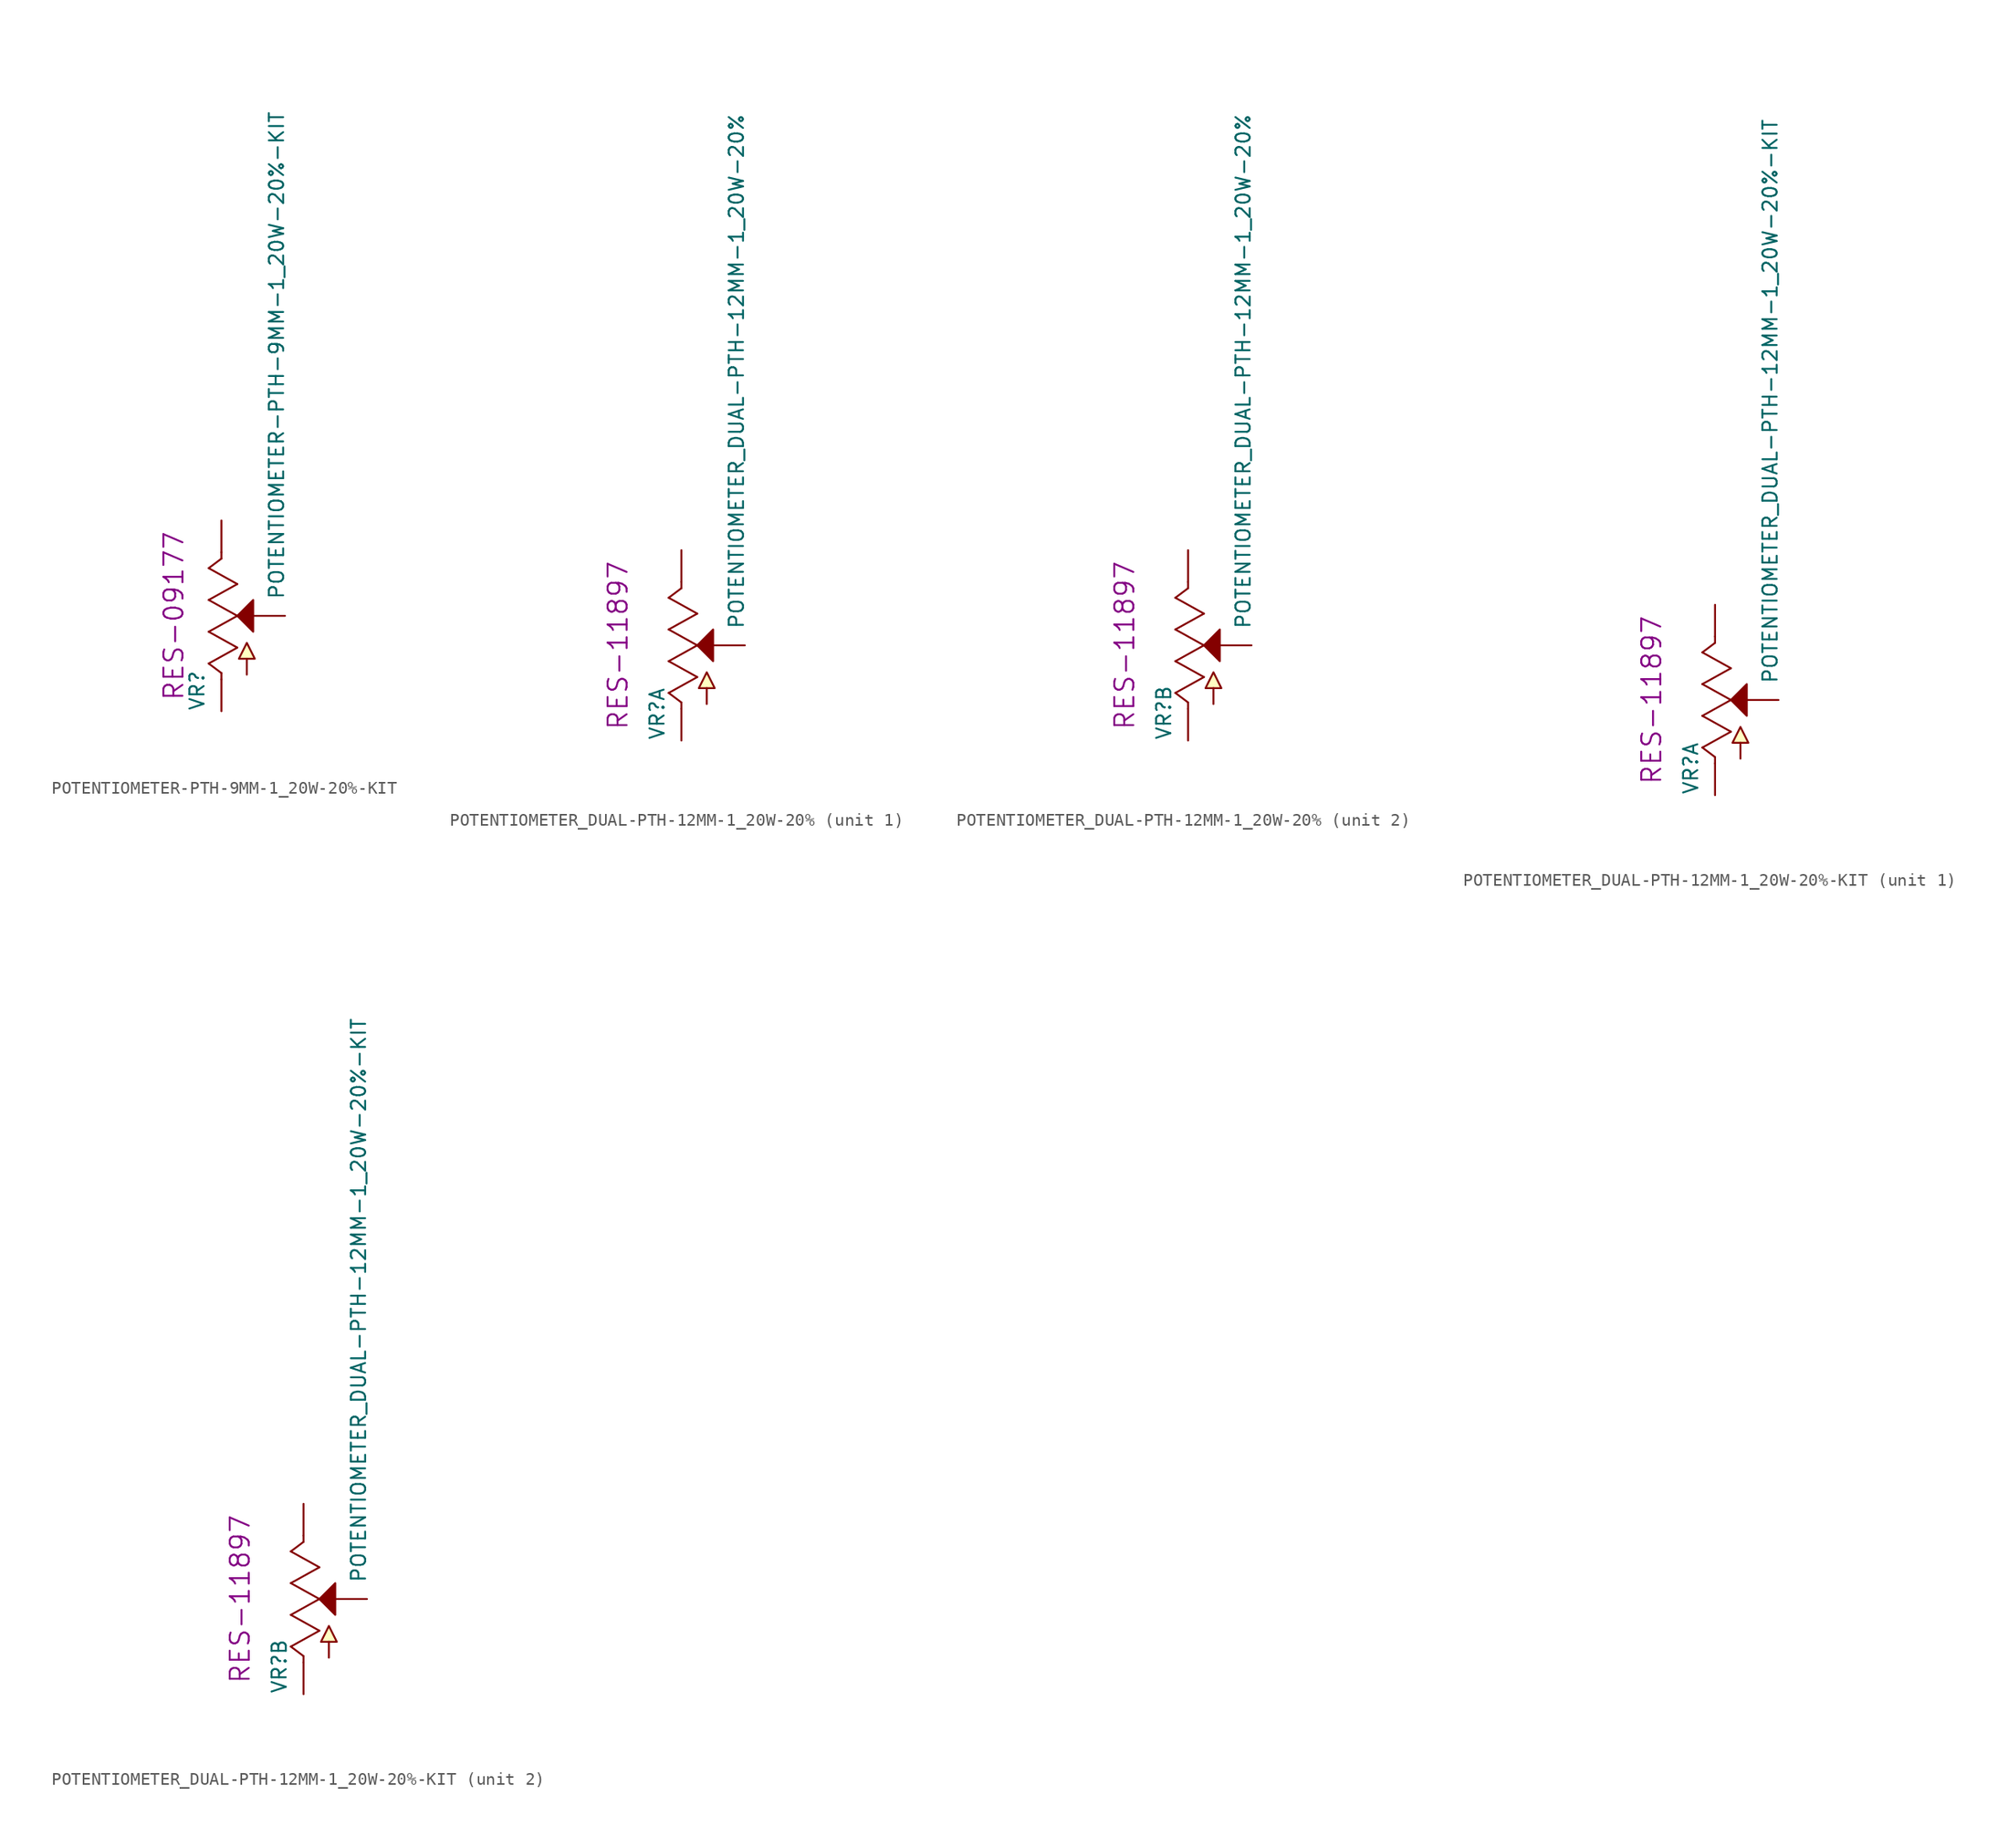
<source format=kicad_sym>
(kicad_symbol_lib
  (version 20220914)
  (generator kicad_symbol_editor)
  (symbol "POTENTIOMETER-PTH-9MM-1_20W-20%-KIT"
    (pin_numbers hide)
    (pin_names
      (offset 1.016) hide)
    (property "Reference" "VR"
      (at -1.27 -7.62 90)
      (effects (font (size 1.143 1.143)) (justify left bottom)))
    (property "Value" "POTENTIOMETER-PTH-9MM-1_20W-20%-KIT"
      (at 5.08 1.27 90)
      (effects (font (size 1.143 1.143)) (justify left bottom)))
    (property "Field4" "RES-09177"
      (at -3.81 0 90)
      (effects (font (size 1.524 1.524))))
    (property "ki_locked" ""
      (at 0 0 0)
      (effects (font (size 1.27 1.27))))
    (symbol "POTENTIOMETER-PTH-9MM-1_20W-20%-KIT_1_0"
      (polyline (pts (xy -1.016 -3.81) (xy 1.27 -2.54)) (stroke (width 0) (type solid)) (fill (type none)))
      (polyline (pts (xy -1.016 -1.27) (xy 1.27 0)) (stroke (width 0) (type solid)) (fill (type none)))
      (polyline (pts (xy -1.016 1.27) (xy 1.27 2.54)) (stroke (width 0) (type solid)) (fill (type none)))
      (polyline (pts (xy -1.016 3.81) (xy 0 4.572)) (stroke (width 0) (type solid)) (fill (type none)))
      (polyline (pts (xy 0 -5.08) (xy 0 -4.572)) (stroke (width 0) (type solid)) (fill (type none)))
      (polyline (pts (xy 0 -4.572) (xy -1.016 -3.81)) (stroke (width 0) (type solid)) (fill (type none)))
      (polyline (pts (xy 0 4.572) (xy 0 5.08)) (stroke (width 0) (type solid)) (fill (type none)))
      (polyline (pts (xy 1.27 -2.54) (xy -1.016 -1.27)) (stroke (width 0) (type solid)) (fill (type none)))
      (polyline (pts (xy 1.27 0) (xy -1.016 1.27)) (stroke (width 0) (type solid)) (fill (type none)))
      (polyline (pts (xy 1.27 2.54) (xy -1.016 3.81)) (stroke (width 0) (type solid)) (fill (type none)))
      (polyline (pts (xy 2.032 -4.699) (xy 2.032 -3.429)) (stroke (width 0) (type solid)) (fill (type none))))
    (symbol "POTENTIOMETER-PTH-9MM-1_20W-20%-KIT_1_1"
      (polyline (pts (xy 2.032 -2.159) (xy 2.667 -3.429) (xy 2.032 -3.429) (xy 1.397 -3.429) (xy 2.032 -2.159)) (stroke (width 0) (type solid)) (fill (type background)))
      (polyline (pts (xy 2.54 -1.27) (xy 1.27 0) (xy 1.27 0) (xy 2.54 1.27) (xy 2.54 1.27) (xy 2.54 -1.27)) (stroke (width 0) (type solid)) (fill (type outline)))
      (pin passive line (at 0 7.62 270) (length 2.54) (name "E" (effects (font (size 1.016 1.016)))) (number "P$1" (effects (font (size 1.016 1.016)))))
      (pin passive line (at 5.08 0 180) (length 2.54) (name "S" (effects (font (size 1.016 1.016)))) (number "P$2" (effects (font (size 1.016 1.016)))))
      (pin passive line (at 0 -7.62 90) (length 2.54) (name "A" (effects (font (size 1.016 1.016)))) (number "P$3" (effects (font (size 1.016 1.016)))))))
  (symbol "POTENTIOMETER_DUAL-PTH-12MM-1_20W-20%"
    (pin_numbers hide)
    (pin_names
      (offset 1.016) hide)
    (property "Reference" "VR"
      (at -1.27 -7.62 90)
      (effects (font (size 1.143 1.143)) (justify left bottom)))
    (property "Value" "POTENTIOMETER_DUAL-PTH-12MM-1_20W-20%"
      (at 5.08 1.27 90)
      (effects (font (size 1.143 1.143)) (justify left bottom)))
    (property "Field4" "RES-11897"
      (at -5.08 0 90)
      (effects (font (size 1.524 1.524))))
    (property "ki_locked" ""
      (at 0 0 0)
      (effects (font (size 1.27 1.27))))
    (symbol "POTENTIOMETER_DUAL-PTH-12MM-1_20W-20%_1_0"
      (polyline (pts (xy -1.016 -3.81) (xy 1.27 -2.54)) (stroke (width 0) (type solid)) (fill (type none)))
      (polyline (pts (xy -1.016 -1.27) (xy 1.27 0)) (stroke (width 0) (type solid)) (fill (type none)))
      (polyline (pts (xy -1.016 1.27) (xy 1.27 2.54)) (stroke (width 0) (type solid)) (fill (type none)))
      (polyline (pts (xy -1.016 3.81) (xy 0 4.572)) (stroke (width 0) (type solid)) (fill (type none)))
      (polyline (pts (xy 0 -5.08) (xy 0 -4.572)) (stroke (width 0) (type solid)) (fill (type none)))
      (polyline (pts (xy 0 -4.572) (xy -1.016 -3.81)) (stroke (width 0) (type solid)) (fill (type none)))
      (polyline (pts (xy 0 4.572) (xy 0 5.08)) (stroke (width 0) (type solid)) (fill (type none)))
      (polyline (pts (xy 1.27 -2.54) (xy -1.016 -1.27)) (stroke (width 0) (type solid)) (fill (type none)))
      (polyline (pts (xy 1.27 0) (xy -1.016 1.27)) (stroke (width 0) (type solid)) (fill (type none)))
      (polyline (pts (xy 1.27 2.54) (xy -1.016 3.81)) (stroke (width 0) (type solid)) (fill (type none)))
      (polyline (pts (xy 2.032 -4.699) (xy 2.032 -3.429)) (stroke (width 0) (type solid)) (fill (type none))))
    (symbol "POTENTIOMETER_DUAL-PTH-12MM-1_20W-20%_1_1"
      (polyline (pts (xy 2.032 -2.159) (xy 2.667 -3.429) (xy 2.032 -3.429) (xy 1.397 -3.429) (xy 2.032 -2.159)) (stroke (width 0) (type solid)) (fill (type background)))
      (polyline (pts (xy 2.54 -1.27) (xy 1.27 0) (xy 1.27 0) (xy 2.54 1.27) (xy 2.54 1.27) (xy 2.54 -1.27)) (stroke (width 0) (type solid)) (fill (type outline)))
      (pin passive line (at 0 7.62 270) (length 2.54) (name "E" (effects (font (size 1.016 1.016)))) (number "A1" (effects (font (size 1.016 1.016)))))
      (pin passive line (at 5.08 0 180) (length 2.54) (name "S" (effects (font (size 1.016 1.016)))) (number "A2" (effects (font (size 1.016 1.016)))))
      (pin passive line (at 0 -7.62 90) (length 2.54) (name "A" (effects (font (size 1.016 1.016)))) (number "A3" (effects (font (size 1.016 1.016))))))
    (symbol "POTENTIOMETER_DUAL-PTH-12MM-1_20W-20%_2_0"
      (polyline (pts (xy -1.016 -3.81) (xy 1.27 -2.54)) (stroke (width 0) (type solid)) (fill (type none)))
      (polyline (pts (xy -1.016 -1.27) (xy 1.27 0)) (stroke (width 0) (type solid)) (fill (type none)))
      (polyline (pts (xy -1.016 1.27) (xy 1.27 2.54)) (stroke (width 0) (type solid)) (fill (type none)))
      (polyline (pts (xy -1.016 3.81) (xy 0 4.572)) (stroke (width 0) (type solid)) (fill (type none)))
      (polyline (pts (xy 0 -5.08) (xy 0 -4.572)) (stroke (width 0) (type solid)) (fill (type none)))
      (polyline (pts (xy 0 -4.572) (xy -1.016 -3.81)) (stroke (width 0) (type solid)) (fill (type none)))
      (polyline (pts (xy 0 4.572) (xy 0 5.08)) (stroke (width 0) (type solid)) (fill (type none)))
      (polyline (pts (xy 1.27 -2.54) (xy -1.016 -1.27)) (stroke (width 0) (type solid)) (fill (type none)))
      (polyline (pts (xy 1.27 0) (xy -1.016 1.27)) (stroke (width 0) (type solid)) (fill (type none)))
      (polyline (pts (xy 1.27 2.54) (xy -1.016 3.81)) (stroke (width 0) (type solid)) (fill (type none)))
      (polyline (pts (xy 2.032 -4.699) (xy 2.032 -3.429)) (stroke (width 0) (type solid)) (fill (type none))))
    (symbol "POTENTIOMETER_DUAL-PTH-12MM-1_20W-20%_2_1"
      (polyline (pts (xy 2.032 -2.159) (xy 2.667 -3.429) (xy 2.032 -3.429) (xy 1.397 -3.429) (xy 2.032 -2.159)) (stroke (width 0) (type solid)) (fill (type background)))
      (polyline (pts (xy 2.54 -1.27) (xy 1.27 0) (xy 1.27 0) (xy 2.54 1.27) (xy 2.54 1.27) (xy 2.54 -1.27)) (stroke (width 0) (type solid)) (fill (type outline)))
      (pin passive line (at 0 7.62 270) (length 2.54) (name "E" (effects (font (size 1.016 1.016)))) (number "B1" (effects (font (size 1.016 1.016)))))
      (pin passive line (at 5.08 0 180) (length 2.54) (name "S" (effects (font (size 1.016 1.016)))) (number "B2" (effects (font (size 1.016 1.016)))))
      (pin passive line (at 0 -7.62 90) (length 2.54) (name "A" (effects (font (size 1.016 1.016)))) (number "B3" (effects (font (size 1.016 1.016)))))))
  (symbol "POTENTIOMETER_DUAL-PTH-12MM-1_20W-20%-KIT"
    (pin_numbers hide)
    (pin_names
      (offset 1.016) hide)
    (property "Reference" "VR"
      (at -1.27 -7.62 90)
      (effects (font (size 1.143 1.143)) (justify left bottom)))
    (property "Value" "POTENTIOMETER_DUAL-PTH-12MM-1_20W-20%-KIT"
      (at 5.08 1.27 90)
      (effects (font (size 1.143 1.143)) (justify left bottom)))
    (property "Field4" "RES-11897"
      (at -5.08 0 90)
      (effects (font (size 1.524 1.524))))
    (property "ki_locked" ""
      (at 0 0 0)
      (effects (font (size 1.27 1.27))))
    (symbol "POTENTIOMETER_DUAL-PTH-12MM-1_20W-20%-KIT_1_0"
      (polyline (pts (xy -1.016 -3.81) (xy 1.27 -2.54)) (stroke (width 0) (type solid)) (fill (type none)))
      (polyline (pts (xy -1.016 -1.27) (xy 1.27 0)) (stroke (width 0) (type solid)) (fill (type none)))
      (polyline (pts (xy -1.016 1.27) (xy 1.27 2.54)) (stroke (width 0) (type solid)) (fill (type none)))
      (polyline (pts (xy -1.016 3.81) (xy 0 4.572)) (stroke (width 0) (type solid)) (fill (type none)))
      (polyline (pts (xy 0 -5.08) (xy 0 -4.572)) (stroke (width 0) (type solid)) (fill (type none)))
      (polyline (pts (xy 0 -4.572) (xy -1.016 -3.81)) (stroke (width 0) (type solid)) (fill (type none)))
      (polyline (pts (xy 0 4.572) (xy 0 5.08)) (stroke (width 0) (type solid)) (fill (type none)))
      (polyline (pts (xy 1.27 -2.54) (xy -1.016 -1.27)) (stroke (width 0) (type solid)) (fill (type none)))
      (polyline (pts (xy 1.27 0) (xy -1.016 1.27)) (stroke (width 0) (type solid)) (fill (type none)))
      (polyline (pts (xy 1.27 2.54) (xy -1.016 3.81)) (stroke (width 0) (type solid)) (fill (type none)))
      (polyline (pts (xy 2.032 -4.699) (xy 2.032 -3.429)) (stroke (width 0) (type solid)) (fill (type none))))
    (symbol "POTENTIOMETER_DUAL-PTH-12MM-1_20W-20%-KIT_1_1"
      (polyline (pts (xy 2.032 -2.159) (xy 2.667 -3.429) (xy 2.032 -3.429) (xy 1.397 -3.429) (xy 2.032 -2.159)) (stroke (width 0) (type solid)) (fill (type background)))
      (polyline (pts (xy 2.54 -1.27) (xy 1.27 0) (xy 1.27 0) (xy 2.54 1.27) (xy 2.54 1.27) (xy 2.54 -1.27)) (stroke (width 0) (type solid)) (fill (type outline)))
      (pin passive line (at 0 7.62 270) (length 2.54) (name "E" (effects (font (size 1.016 1.016)))) (number "A1" (effects (font (size 1.016 1.016)))))
      (pin passive line (at 5.08 0 180) (length 2.54) (name "S" (effects (font (size 1.016 1.016)))) (number "A2" (effects (font (size 1.016 1.016)))))
      (pin passive line (at 0 -7.62 90) (length 2.54) (name "A" (effects (font (size 1.016 1.016)))) (number "A3" (effects (font (size 1.016 1.016))))))
    (symbol "POTENTIOMETER_DUAL-PTH-12MM-1_20W-20%-KIT_2_0"
      (polyline (pts (xy -1.016 -3.81) (xy 1.27 -2.54)) (stroke (width 0) (type solid)) (fill (type none)))
      (polyline (pts (xy -1.016 -1.27) (xy 1.27 0)) (stroke (width 0) (type solid)) (fill (type none)))
      (polyline (pts (xy -1.016 1.27) (xy 1.27 2.54)) (stroke (width 0) (type solid)) (fill (type none)))
      (polyline (pts (xy -1.016 3.81) (xy 0 4.572)) (stroke (width 0) (type solid)) (fill (type none)))
      (polyline (pts (xy 0 -5.08) (xy 0 -4.572)) (stroke (width 0) (type solid)) (fill (type none)))
      (polyline (pts (xy 0 -4.572) (xy -1.016 -3.81)) (stroke (width 0) (type solid)) (fill (type none)))
      (polyline (pts (xy 0 4.572) (xy 0 5.08)) (stroke (width 0) (type solid)) (fill (type none)))
      (polyline (pts (xy 1.27 -2.54) (xy -1.016 -1.27)) (stroke (width 0) (type solid)) (fill (type none)))
      (polyline (pts (xy 1.27 0) (xy -1.016 1.27)) (stroke (width 0) (type solid)) (fill (type none)))
      (polyline (pts (xy 1.27 2.54) (xy -1.016 3.81)) (stroke (width 0) (type solid)) (fill (type none)))
      (polyline (pts (xy 2.032 -4.699) (xy 2.032 -3.429)) (stroke (width 0) (type solid)) (fill (type none))))
    (symbol "POTENTIOMETER_DUAL-PTH-12MM-1_20W-20%-KIT_2_1"
      (polyline (pts (xy 2.032 -2.159) (xy 2.667 -3.429) (xy 2.032 -3.429) (xy 1.397 -3.429) (xy 2.032 -2.159)) (stroke (width 0) (type solid)) (fill (type background)))
      (polyline (pts (xy 2.54 -1.27) (xy 1.27 0) (xy 1.27 0) (xy 2.54 1.27) (xy 2.54 1.27) (xy 2.54 -1.27)) (stroke (width 0) (type solid)) (fill (type outline)))
      (pin passive line (at 0 7.62 270) (length 2.54) (name "E" (effects (font (size 1.016 1.016)))) (number "B1" (effects (font (size 1.016 1.016)))))
      (pin passive line (at 5.08 0 180) (length 2.54) (name "S" (effects (font (size 1.016 1.016)))) (number "B2" (effects (font (size 1.016 1.016)))))
      (pin passive line (at 0 -7.62 90) (length 2.54) (name "A" (effects (font (size 1.016 1.016)))) (number "B3" (effects (font (size 1.016 1.016))))))))
</source>
